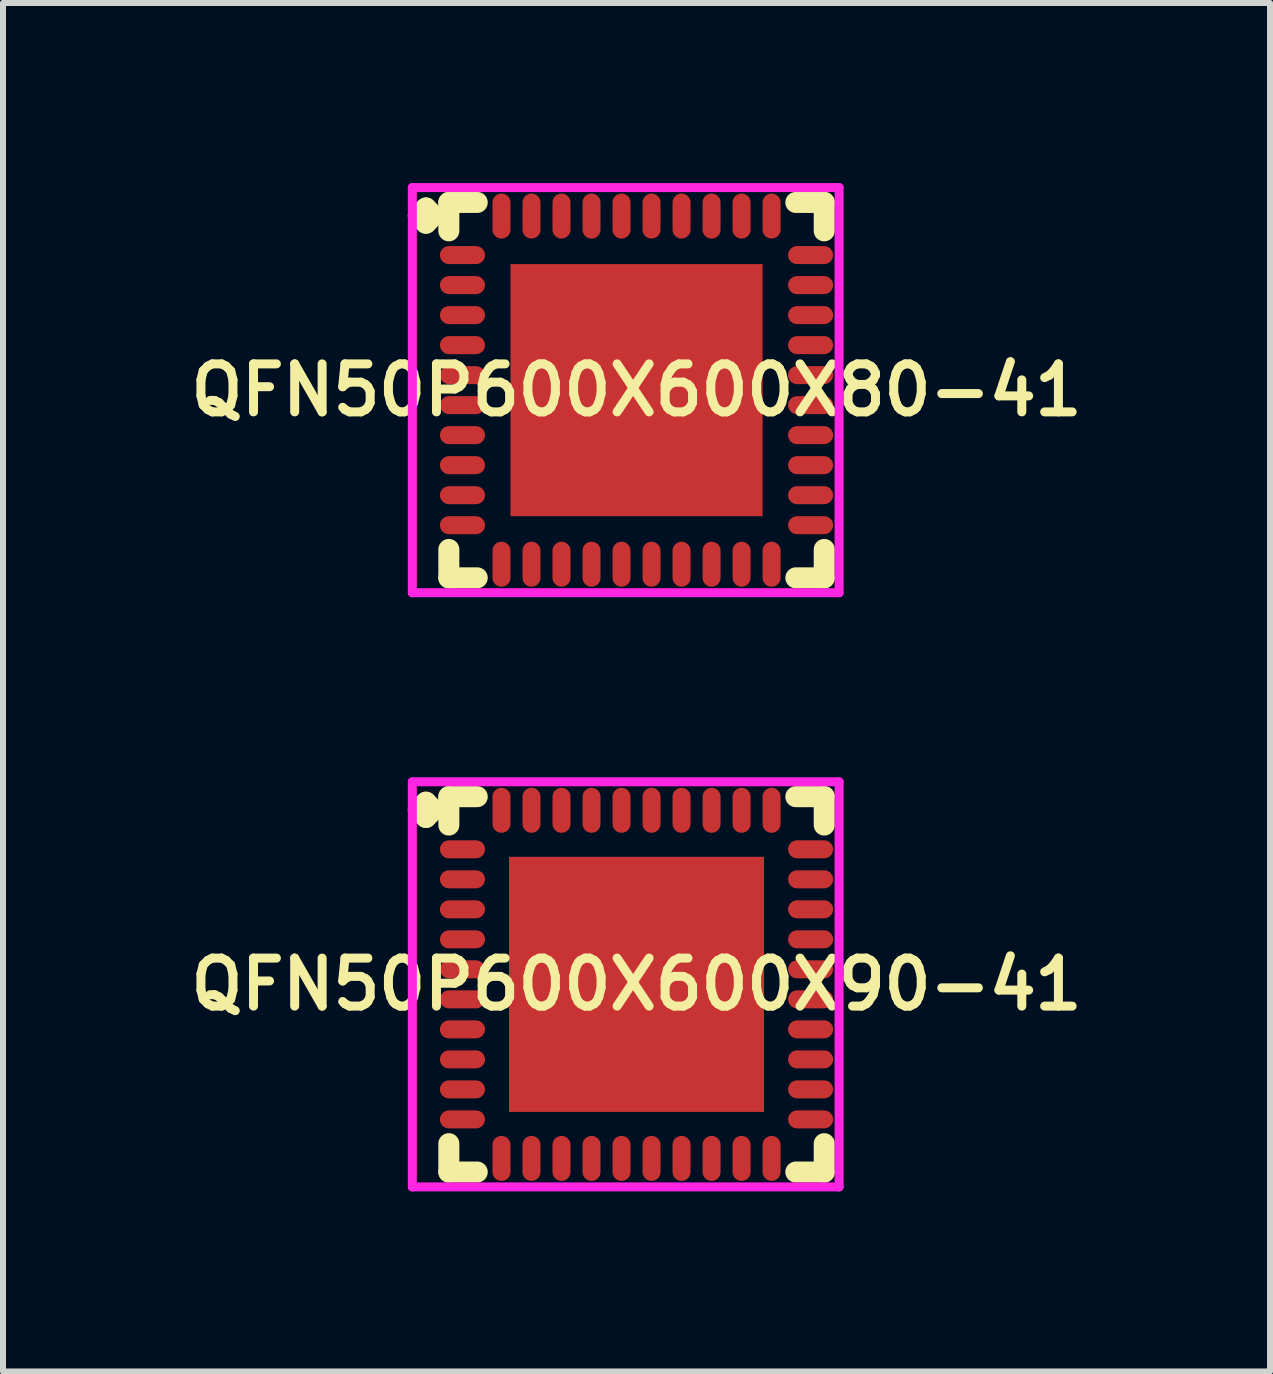
<source format=kicad_pcb>
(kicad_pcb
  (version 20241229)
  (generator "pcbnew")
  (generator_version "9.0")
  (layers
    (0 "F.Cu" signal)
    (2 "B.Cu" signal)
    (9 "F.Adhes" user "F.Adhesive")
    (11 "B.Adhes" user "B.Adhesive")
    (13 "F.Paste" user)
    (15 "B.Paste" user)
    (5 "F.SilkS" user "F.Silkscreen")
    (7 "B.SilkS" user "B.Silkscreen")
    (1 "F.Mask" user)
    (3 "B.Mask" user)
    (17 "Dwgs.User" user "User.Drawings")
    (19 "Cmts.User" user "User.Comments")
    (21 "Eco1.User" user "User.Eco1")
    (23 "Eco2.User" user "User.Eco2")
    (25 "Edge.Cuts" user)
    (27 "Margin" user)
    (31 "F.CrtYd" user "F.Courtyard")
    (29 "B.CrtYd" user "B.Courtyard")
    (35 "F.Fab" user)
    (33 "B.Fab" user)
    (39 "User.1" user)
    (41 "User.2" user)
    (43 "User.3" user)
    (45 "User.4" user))
  (footprint "QFN50P600X600X80-41"
    (layer "F.Cu")
    (at 7.555 3.45)
    (property "Reference" "QFN50P600X600X80-41" (at 0 0 0) (layer "F.SilkS") (effects (font (size 0.8 0.8) (thickness 0.15))))
    (attr smd)
    (fp_line (start -3.635 -2.908) (end -3.508 -3.035) (stroke (width 0.35) (type solid)) (layer "F.SilkS"))
    (fp_line (start -3.508 -3.035) (end -3.381 -2.908) (stroke (width 0.35) (type solid)) (layer "F.SilkS"))
    (fp_line (start -3.508 -2.781) (end -3.635 -2.908) (stroke (width 0.35) (type solid)) (layer "F.SilkS"))
    (fp_line (start -3.381 -2.908) (end -3.508 -2.781) (stroke (width 0.35) (type solid)) (layer "F.SilkS"))
    (fp_line (start -3.127 -3.127) (end -2.654 -3.127) (stroke (width 0.35) (type solid)) (layer "F.SilkS"))
    (fp_line (start -3.127 -2.654) (end -3.127 -3.127) (stroke (width 0.35) (type solid)) (layer "F.SilkS"))
    (fp_line (start -3.127 2.654) (end -3.127 3.127) (stroke (width 0.35) (type solid)) (layer "F.SilkS"))
    (fp_line (start -3.127 3.127) (end -2.654 3.127) (stroke (width 0.35) (type solid)) (layer "F.SilkS"))
    (fp_line (start 2.654 -3.127) (end 3.127 -3.127) (stroke (width 0.35) (type solid)) (layer "F.SilkS"))
    (fp_line (start 2.654 3.127) (end 3.127 3.127) (stroke (width 0.35) (type solid)) (layer "F.SilkS"))
    (fp_line (start 3.127 -3.127) (end 3.127 -2.654) (stroke (width 0.35) (type solid)) (layer "F.SilkS"))
    (fp_line (start 3.127 3.127) (end 3.127 2.654) (stroke (width 0.35) (type solid)) (layer "F.SilkS"))
    (fp_line (start -3.735 -3.375) (end 3.375 -3.375) (stroke (width 0.15) (type solid)) (layer "F.CrtYd"))
    (fp_line (start -3.735 3.375) (end -3.735 -3.375) (stroke (width 0.15) (type solid)) (layer "F.CrtYd"))
    (fp_line (start 3.375 -3.375) (end 3.375 3.375) (stroke (width 0.15) (type solid)) (layer "F.CrtYd"))
    (fp_line (start 3.375 3.375) (end -3.735 3.375) (stroke (width 0.15) (type solid)) (layer "F.CrtYd"))
    (pad "1" smd oval (at -2.9 -2.25) (size 0.75 0.3) (layers "F.Cu" "F.Mask" "F.Paste"))
    (pad "2" smd oval (at -2.9 -1.75) (size 0.75 0.3) (layers "F.Cu" "F.Mask" "F.Paste"))
    (pad "3" smd oval (at -2.9 -1.25) (size 0.75 0.3) (layers "F.Cu" "F.Mask" "F.Paste"))
    (pad "4" smd oval (at -2.9 -0.75) (size 0.75 0.3) (layers "F.Cu" "F.Mask" "F.Paste"))
    (pad "5" smd oval (at -2.9 -0.25) (size 0.75 0.3) (layers "F.Cu" "F.Mask" "F.Paste"))
    (pad "6" smd oval (at -2.9 0.25) (size 0.75 0.3) (layers "F.Cu" "F.Mask" "F.Paste"))
    (pad "7" smd oval (at -2.9 0.75) (size 0.75 0.3) (layers "F.Cu" "F.Mask" "F.Paste"))
    (pad "8" smd oval (at -2.9 1.25) (size 0.75 0.3) (layers "F.Cu" "F.Mask" "F.Paste"))
    (pad "9" smd oval (at -2.9 1.75) (size 0.75 0.3) (layers "F.Cu" "F.Mask" "F.Paste"))
    (pad "10" smd oval (at -2.9 2.25) (size 0.75 0.3) (layers "F.Cu" "F.Mask" "F.Paste"))
    (pad "11" smd oval (at -2.25 2.9) (size 0.3 0.75) (layers "F.Cu" "F.Mask" "F.Paste"))
    (pad "12" smd oval (at -1.75 2.9) (size 0.3 0.75) (layers "F.Cu" "F.Mask" "F.Paste"))
    (pad "13" smd oval (at -1.25 2.9) (size 0.3 0.75) (layers "F.Cu" "F.Mask" "F.Paste"))
    (pad "14" smd oval (at -0.75 2.9) (size 0.3 0.75) (layers "F.Cu" "F.Mask" "F.Paste"))
    (pad "15" smd oval (at -0.25 2.9) (size 0.3 0.75) (layers "F.Cu" "F.Mask" "F.Paste"))
    (pad "16" smd oval (at 0.25 2.9) (size 0.3 0.75) (layers "F.Cu" "F.Mask" "F.Paste"))
    (pad "17" smd oval (at 0.75 2.9) (size 0.3 0.75) (layers "F.Cu" "F.Mask" "F.Paste"))
    (pad "18" smd oval (at 1.25 2.9) (size 0.3 0.75) (layers "F.Cu" "F.Mask" "F.Paste"))
    (pad "19" smd oval (at 1.75 2.9) (size 0.3 0.75) (layers "F.Cu" "F.Mask" "F.Paste"))
    (pad "20" smd oval (at 2.25 2.9) (size 0.3 0.75) (layers "F.Cu" "F.Mask" "F.Paste"))
    (pad "21" smd oval (at 2.9 2.25) (size 0.75 0.3) (layers "F.Cu" "F.Mask" "F.Paste"))
    (pad "22" smd oval (at 2.9 1.75) (size 0.75 0.3) (layers "F.Cu" "F.Mask" "F.Paste"))
    (pad "23" smd oval (at 2.9 1.25) (size 0.75 0.3) (layers "F.Cu" "F.Mask" "F.Paste"))
    (pad "24" smd oval (at 2.9 0.75) (size 0.75 0.3) (layers "F.Cu" "F.Mask" "F.Paste"))
    (pad "25" smd oval (at 2.9 0.25) (size 0.75 0.3) (layers "F.Cu" "F.Mask" "F.Paste"))
    (pad "26" smd oval (at 2.9 -0.25) (size 0.75 0.3) (layers "F.Cu" "F.Mask" "F.Paste"))
    (pad "27" smd oval (at 2.9 -0.75) (size 0.75 0.3) (layers "F.Cu" "F.Mask" "F.Paste"))
    (pad "28" smd oval (at 2.9 -1.25) (size 0.75 0.3) (layers "F.Cu" "F.Mask" "F.Paste"))
    (pad "29" smd oval (at 2.9 -1.75) (size 0.75 0.3) (layers "F.Cu" "F.Mask" "F.Paste"))
    (pad "30" smd oval (at 2.9 -2.25) (size 0.75 0.3) (layers "F.Cu" "F.Mask" "F.Paste"))
    (pad "31" smd oval (at 2.25 -2.9) (size 0.3 0.75) (layers "F.Cu" "F.Mask" "F.Paste"))
    (pad "32" smd oval (at 1.75 -2.9) (size 0.3 0.75) (layers "F.Cu" "F.Mask" "F.Paste"))
    (pad "33" smd oval (at 1.25 -2.9) (size 0.3 0.75) (layers "F.Cu" "F.Mask" "F.Paste"))
    (pad "34" smd oval (at 0.75 -2.9) (size 0.3 0.75) (layers "F.Cu" "F.Mask" "F.Paste"))
    (pad "35" smd oval (at 0.25 -2.9) (size 0.3 0.75) (layers "F.Cu" "F.Mask" "F.Paste"))
    (pad "36" smd oval (at -0.25 -2.9) (size 0.3 0.75) (layers "F.Cu" "F.Mask" "F.Paste"))
    (pad "37" smd oval (at -0.75 -2.9) (size 0.3 0.75) (layers "F.Cu" "F.Mask" "F.Paste"))
    (pad "38" smd oval (at -1.25 -2.9) (size 0.3 0.75) (layers "F.Cu" "F.Mask" "F.Paste"))
    (pad "39" smd oval (at -1.75 -2.9) (size 0.3 0.75) (layers "F.Cu" "F.Mask" "F.Paste"))
    (pad "40" smd oval (at -2.25 -2.9) (size 0.3 0.75) (layers "F.Cu" "F.Mask" "F.Paste"))
    (pad "41" smd rect (at 0 0) (size 4.2 4.2) (layers "F.Cu" "F.Mask" "F.Paste")))
  (footprint "QFN50P600X600X90-41"
    (layer "F.Cu")
    (at 7.555 13.35)
    (property "Reference" "QFN50P600X600X90-41" (at 0 0 0) (layer "F.SilkS") (effects (font (size 0.8 0.8) (thickness 0.15))))
    (attr smd)
    (fp_line (start -3.635 -2.908) (end -3.508 -3.035) (stroke (width 0.35) (type solid)) (layer "F.SilkS"))
    (fp_line (start -3.508 -3.035) (end -3.381 -2.908) (stroke (width 0.35) (type solid)) (layer "F.SilkS"))
    (fp_line (start -3.508 -2.781) (end -3.635 -2.908) (stroke (width 0.35) (type solid)) (layer "F.SilkS"))
    (fp_line (start -3.381 -2.908) (end -3.508 -2.781) (stroke (width 0.35) (type solid)) (layer "F.SilkS"))
    (fp_line (start -3.127 -3.127) (end -2.654 -3.127) (stroke (width 0.35) (type solid)) (layer "F.SilkS"))
    (fp_line (start -3.127 -2.654) (end -3.127 -3.127) (stroke (width 0.35) (type solid)) (layer "F.SilkS"))
    (fp_line (start -3.127 2.654) (end -3.127 3.127) (stroke (width 0.35) (type solid)) (layer "F.SilkS"))
    (fp_line (start -3.127 3.127) (end -2.654 3.127) (stroke (width 0.35) (type solid)) (layer "F.SilkS"))
    (fp_line (start 2.654 -3.127) (end 3.127 -3.127) (stroke (width 0.35) (type solid)) (layer "F.SilkS"))
    (fp_line (start 2.654 3.127) (end 3.127 3.127) (stroke (width 0.35) (type solid)) (layer "F.SilkS"))
    (fp_line (start 3.127 -3.127) (end 3.127 -2.654) (stroke (width 0.35) (type solid)) (layer "F.SilkS"))
    (fp_line (start 3.127 3.127) (end 3.127 2.654) (stroke (width 0.35) (type solid)) (layer "F.SilkS"))
    (fp_line (start -3.735 -3.375) (end 3.375 -3.375) (stroke (width 0.15) (type solid)) (layer "F.CrtYd"))
    (fp_line (start -3.735 3.375) (end -3.735 -3.375) (stroke (width 0.15) (type solid)) (layer "F.CrtYd"))
    (fp_line (start 3.375 -3.375) (end 3.375 3.375) (stroke (width 0.15) (type solid)) (layer "F.CrtYd"))
    (fp_line (start 3.375 3.375) (end -3.735 3.375) (stroke (width 0.15) (type solid)) (layer "F.CrtYd"))
    (pad "1" smd oval (at -2.9 -2.25) (size 0.75 0.3) (layers "F.Cu" "F.Mask" "F.Paste"))
    (pad "2" smd oval (at -2.9 -1.75) (size 0.75 0.3) (layers "F.Cu" "F.Mask" "F.Paste"))
    (pad "3" smd oval (at -2.9 -1.25) (size 0.75 0.3) (layers "F.Cu" "F.Mask" "F.Paste"))
    (pad "4" smd oval (at -2.9 -0.75) (size 0.75 0.3) (layers "F.Cu" "F.Mask" "F.Paste"))
    (pad "5" smd oval (at -2.9 -0.25) (size 0.75 0.3) (layers "F.Cu" "F.Mask" "F.Paste"))
    (pad "6" smd oval (at -2.9 0.25) (size 0.75 0.3) (layers "F.Cu" "F.Mask" "F.Paste"))
    (pad "7" smd oval (at -2.9 0.75) (size 0.75 0.3) (layers "F.Cu" "F.Mask" "F.Paste"))
    (pad "8" smd oval (at -2.9 1.25) (size 0.75 0.3) (layers "F.Cu" "F.Mask" "F.Paste"))
    (pad "9" smd oval (at -2.9 1.75) (size 0.75 0.3) (layers "F.Cu" "F.Mask" "F.Paste"))
    (pad "10" smd oval (at -2.9 2.25) (size 0.75 0.3) (layers "F.Cu" "F.Mask" "F.Paste"))
    (pad "11" smd oval (at -2.25 2.9) (size 0.3 0.75) (layers "F.Cu" "F.Mask" "F.Paste"))
    (pad "12" smd oval (at -1.75 2.9) (size 0.3 0.75) (layers "F.Cu" "F.Mask" "F.Paste"))
    (pad "13" smd oval (at -1.25 2.9) (size 0.3 0.75) (layers "F.Cu" "F.Mask" "F.Paste"))
    (pad "14" smd oval (at -0.75 2.9) (size 0.3 0.75) (layers "F.Cu" "F.Mask" "F.Paste"))
    (pad "15" smd oval (at -0.25 2.9) (size 0.3 0.75) (layers "F.Cu" "F.Mask" "F.Paste"))
    (pad "16" smd oval (at 0.25 2.9) (size 0.3 0.75) (layers "F.Cu" "F.Mask" "F.Paste"))
    (pad "17" smd oval (at 0.75 2.9) (size 0.3 0.75) (layers "F.Cu" "F.Mask" "F.Paste"))
    (pad "18" smd oval (at 1.25 2.9) (size 0.3 0.75) (layers "F.Cu" "F.Mask" "F.Paste"))
    (pad "19" smd oval (at 1.75 2.9) (size 0.3 0.75) (layers "F.Cu" "F.Mask" "F.Paste"))
    (pad "20" smd oval (at 2.25 2.9) (size 0.3 0.75) (layers "F.Cu" "F.Mask" "F.Paste"))
    (pad "21" smd oval (at 2.9 2.25) (size 0.75 0.3) (layers "F.Cu" "F.Mask" "F.Paste"))
    (pad "22" smd oval (at 2.9 1.75) (size 0.75 0.3) (layers "F.Cu" "F.Mask" "F.Paste"))
    (pad "23" smd oval (at 2.9 1.25) (size 0.75 0.3) (layers "F.Cu" "F.Mask" "F.Paste"))
    (pad "24" smd oval (at 2.9 0.75) (size 0.75 0.3) (layers "F.Cu" "F.Mask" "F.Paste"))
    (pad "25" smd oval (at 2.9 0.25) (size 0.75 0.3) (layers "F.Cu" "F.Mask" "F.Paste"))
    (pad "26" smd oval (at 2.9 -0.25) (size 0.75 0.3) (layers "F.Cu" "F.Mask" "F.Paste"))
    (pad "27" smd oval (at 2.9 -0.75) (size 0.75 0.3) (layers "F.Cu" "F.Mask" "F.Paste"))
    (pad "28" smd oval (at 2.9 -1.25) (size 0.75 0.3) (layers "F.Cu" "F.Mask" "F.Paste"))
    (pad "29" smd oval (at 2.9 -1.75) (size 0.75 0.3) (layers "F.Cu" "F.Mask" "F.Paste"))
    (pad "30" smd oval (at 2.9 -2.25) (size 0.75 0.3) (layers "F.Cu" "F.Mask" "F.Paste"))
    (pad "31" smd oval (at 2.25 -2.9) (size 0.3 0.75) (layers "F.Cu" "F.Mask" "F.Paste"))
    (pad "32" smd oval (at 1.75 -2.9) (size 0.3 0.75) (layers "F.Cu" "F.Mask" "F.Paste"))
    (pad "33" smd oval (at 1.25 -2.9) (size 0.3 0.75) (layers "F.Cu" "F.Mask" "F.Paste"))
    (pad "34" smd oval (at 0.75 -2.9) (size 0.3 0.75) (layers "F.Cu" "F.Mask" "F.Paste"))
    (pad "35" smd oval (at 0.25 -2.9) (size 0.3 0.75) (layers "F.Cu" "F.Mask" "F.Paste"))
    (pad "36" smd oval (at -0.25 -2.9) (size 0.3 0.75) (layers "F.Cu" "F.Mask" "F.Paste"))
    (pad "37" smd oval (at -0.75 -2.9) (size 0.3 0.75) (layers "F.Cu" "F.Mask" "F.Paste"))
    (pad "38" smd oval (at -1.25 -2.9) (size 0.3 0.75) (layers "F.Cu" "F.Mask" "F.Paste"))
    (pad "39" smd oval (at -1.75 -2.9) (size 0.3 0.75) (layers "F.Cu" "F.Mask" "F.Paste"))
    (pad "40" smd oval (at -2.25 -2.9) (size 0.3 0.75) (layers "F.Cu" "F.Mask" "F.Paste"))
    (pad "41" smd rect (at 0 0) (size 4.25 4.25) (layers "F.Cu" "F.Mask" "F.Paste")))
  (gr_rect
    (start -3 -3)
    (end 18.109 19.8)
    (stroke (width 0.1) (type default))
    (fill no)
    (layer "Edge.Cuts")))
</source>
